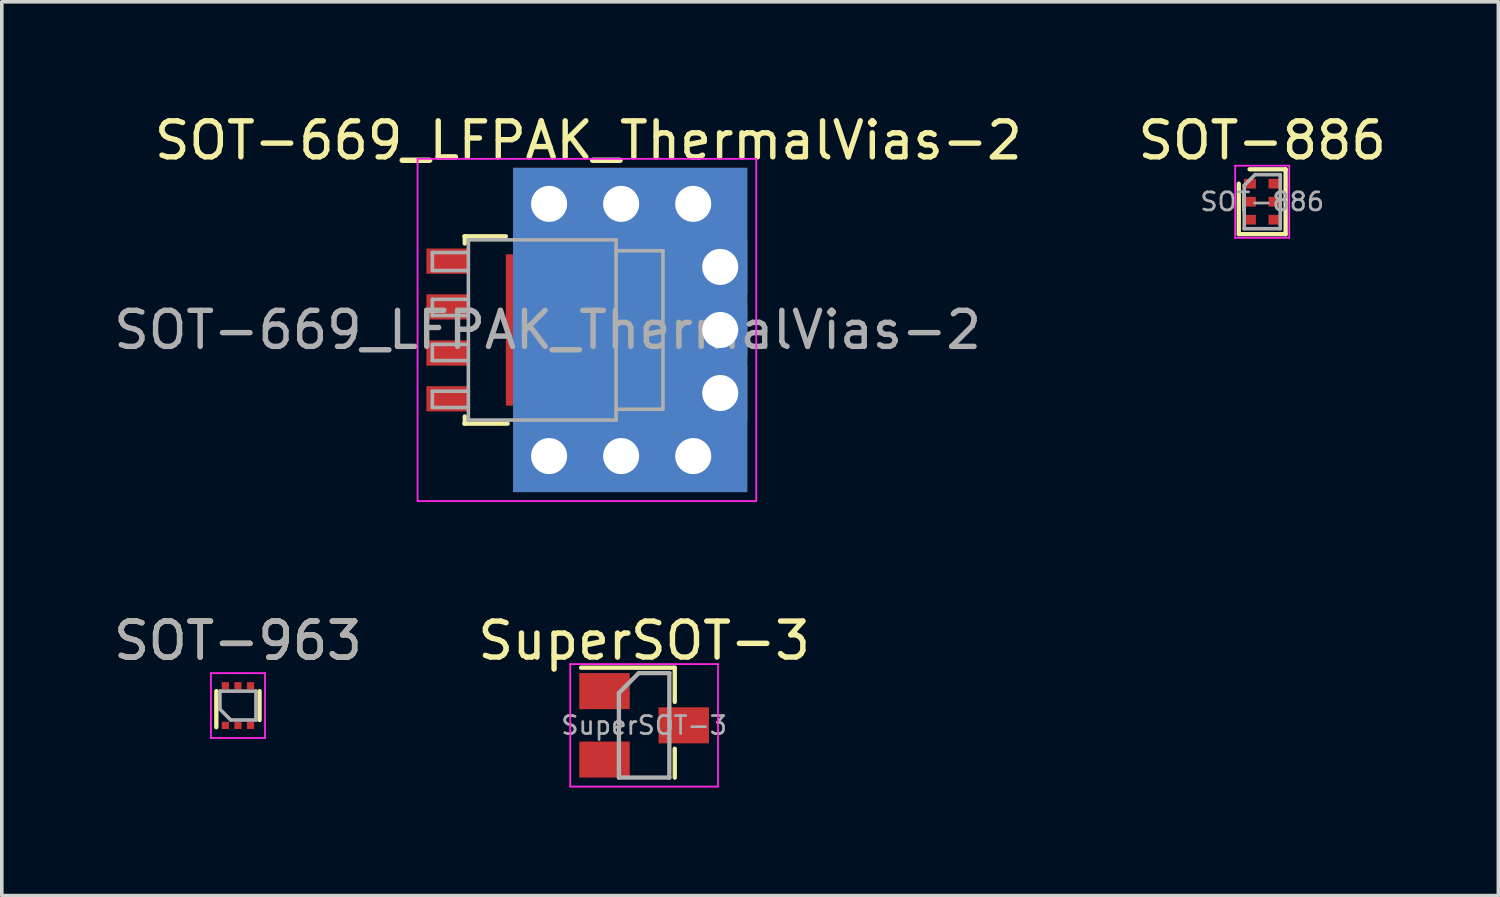
<source format=kicad_pcb>
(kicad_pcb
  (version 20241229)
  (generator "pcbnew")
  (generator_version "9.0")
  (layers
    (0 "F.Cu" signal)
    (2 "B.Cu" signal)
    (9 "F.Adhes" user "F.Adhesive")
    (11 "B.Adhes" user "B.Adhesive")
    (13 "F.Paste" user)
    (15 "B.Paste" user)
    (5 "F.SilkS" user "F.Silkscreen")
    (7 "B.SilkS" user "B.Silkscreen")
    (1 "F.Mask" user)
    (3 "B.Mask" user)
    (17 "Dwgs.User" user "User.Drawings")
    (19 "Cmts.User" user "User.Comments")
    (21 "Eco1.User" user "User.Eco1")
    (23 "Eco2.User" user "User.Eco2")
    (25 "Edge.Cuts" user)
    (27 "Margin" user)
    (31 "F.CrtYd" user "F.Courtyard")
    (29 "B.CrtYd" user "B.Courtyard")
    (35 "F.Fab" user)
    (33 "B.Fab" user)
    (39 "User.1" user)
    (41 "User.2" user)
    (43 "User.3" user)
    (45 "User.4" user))
  (footprint "SOT-669_LFPAK_ThermalVias-2"
    (layer "F.Cu")
    (at 12.194 6.108)
    (property "Reference" "SOT-669_LFPAK_ThermalVias-2" (at 1.085 -5.26 0) (layer "F.SilkS") (effects (font (size 1 1) (thickness 0.15))))
    (attr smd)
    (fp_line (start -2.355 -2.6) (end -1.205 -2.6) (stroke (width 0.12) (type solid)) (layer "F.SilkS"))
    (fp_line (start -2.355 2.6) (end -1.155 2.6) (stroke (width 0.12) (type solid)) (layer "F.SilkS"))
    (fp_line (start -2.345 -2.6) (end -2.345 -2.4) (stroke (width 0.12) (type solid)) (layer "F.SilkS"))
    (fp_line (start -2.345 2.4) (end -2.345 2.6) (stroke (width 0.12) (type solid)) (layer "F.SilkS"))
    (fp_line (start -3.655 4.75) (end -3.655 -4.75) (stroke (width 0.05) (type solid)) (layer "F.CrtYd"))
    (fp_line (start -3.655 4.75) (end 5.745 4.75) (stroke (width 0.05) (type solid)) (layer "F.CrtYd"))
    (fp_line (start 5.745 -4.75) (end -3.655 -4.75) (stroke (width 0.05) (type solid)) (layer "F.CrtYd"))
    (fp_line (start 5.745 -4.75) (end 5.745 4.75) (stroke (width 0.05) (type solid)) (layer "F.CrtYd"))
    (fp_line (start -3.245 -2.15) (end -3.245 -1.65) (stroke (width 0.1) (type solid)) (layer "F.Fab"))
    (fp_line (start -3.245 -2.15) (end -2.245 -2.15) (stroke (width 0.1) (type solid)) (layer "F.Fab"))
    (fp_line (start -3.245 -1.65) (end -2.245 -1.65) (stroke (width 0.1) (type solid)) (layer "F.Fab"))
    (fp_line (start -3.245 -0.85) (end -3.245 -0.4) (stroke (width 0.1) (type solid)) (layer "F.Fab"))
    (fp_line (start -3.245 -0.4) (end -2.245 -0.4) (stroke (width 0.1) (type solid)) (layer "F.Fab"))
    (fp_line (start -3.245 0.4) (end -3.245 0.85) (stroke (width 0.1) (type solid)) (layer "F.Fab"))
    (fp_line (start -3.245 0.85) (end -2.245 0.85) (stroke (width 0.1) (type solid)) (layer "F.Fab"))
    (fp_line (start -3.245 1.7) (end -3.245 2.15) (stroke (width 0.1) (type solid)) (layer "F.Fab"))
    (fp_line (start -3.245 2.15) (end -2.245 2.15) (stroke (width 0.1) (type solid)) (layer "F.Fab"))
    (fp_line (start -2.245 -2.5) (end -2.245 2.5) (stroke (width 0.1) (type solid)) (layer "F.Fab"))
    (fp_line (start -2.245 -0.85) (end -3.245 -0.85) (stroke (width 0.1) (type solid)) (layer "F.Fab"))
    (fp_line (start -2.245 0.4) (end -3.245 0.4) (stroke (width 0.1) (type solid)) (layer "F.Fab"))
    (fp_line (start -2.245 1.7) (end -3.245 1.7) (stroke (width 0.1) (type solid)) (layer "F.Fab"))
    (fp_line (start -2.245 2.5) (end 1.855 2.5) (stroke (width 0.1) (type solid)) (layer "F.Fab"))
    (fp_line (start 1.855 -2.5) (end -2.245 -2.5) (stroke (width 0.1) (type solid)) (layer "F.Fab"))
    (fp_line (start 1.855 2.5) (end 1.855 -2.5) (stroke (width 0.1) (type solid)) (layer "F.Fab"))
    (fp_line (start 3.155 -2.2) (end 1.855 -2.2) (stroke (width 0.1) (type solid)) (layer "F.Fab"))
    (fp_line (start 3.155 -2.2) (end 3.155 2.2) (stroke (width 0.1) (type solid)) (layer "F.Fab"))
    (fp_line (start 3.155 2.2) (end 1.855 2.2) (stroke (width 0.1) (type solid)) (layer "F.Fab"))
    (fp_text user "${REFERENCE}" (at -0.045 0 0) (layer "F.Fab") (effects (font (size 1 1) (thickness 0.15))))
    (pad "1" smd rect (at -2.835 -1.91 270) (size 0.7 1.15) (layers "F.Cu" "F.Mask" "F.Paste"))
    (pad "2" smd rect (at -2.835 -0.64 270) (size 0.7 1.15) (layers "F.Cu" "F.Mask" "F.Paste"))
    (pad "3" smd rect (at -2.835 0.64 270) (size 0.7 1.15) (layers "F.Cu" "F.Mask" "F.Paste"))
    (pad "4" smd rect (at -2.835 1.91 270) (size 0.7 1.15) (layers "F.Cu" "F.Mask" "F.Paste"))
    (pad "5" smd rect (at -0.655 -1.15) (size 0.6 0.9) (layers "F.Cu" "F.Mask" "F.Paste"))
    (pad "5" smd rect (at -0.655 0) (size 0.6 0.9) (layers "F.Cu" "F.Mask" "F.Paste"))
    (pad "5" smd rect (at -0.655 1.15) (size 0.6 0.9) (layers "F.Cu" "F.Mask" "F.Paste"))
    (pad "5" thru_hole rect (at -0.005 -3.5 270) (size 1.5 1.5) (drill 1) (layers "*.Cu" "*.Mask"))
    (pad "5" thru_hole rect (at -0.005 3.5 270) (size 1.5 1.5) (drill 1) (layers "*.Cu" "*.Mask"))
    (pad "5" smd rect (at 0.195 -1.15) (size 0.6 0.9) (layers "F.Cu" "F.Mask" "F.Paste"))
    (pad "5" smd rect (at 0.195 0) (size 0.6 0.9) (layers "F.Cu" "F.Mask" "F.Paste"))
    (pad "5" smd rect (at 0.195 1.15) (size 0.6 0.9) (layers "F.Cu" "F.Mask" "F.Paste"))
    (pad "5" smd rect (at 0.445 0 270) (size 4.2 3.3) (layers "F.Cu" "F.Mask" "F.Paste"))
    (pad "5" smd rect (at 1.045 -1.15) (size 0.6 0.9) (layers "F.Cu" "F.Mask" "F.Paste"))
    (pad "5" smd rect (at 1.045 0) (size 0.6 0.9) (layers "F.Cu" "F.Mask" "F.Paste"))
    (pad "5" smd rect (at 1.045 1.15) (size 0.6 0.9) (layers "F.Cu" "F.Mask" "F.Paste"))
    (pad "5" thru_hole rect (at 1.995 -3.5 270) (size 1.5 1.5) (drill 1) (layers "*.Cu" "*.Mask"))
    (pad "5" thru_hole rect (at 1.995 3.5 270) (size 1.5 1.5) (drill 1) (layers "*.Cu" "*.Mask"))
    (pad "5" smd rect (at 2.245 0 270) (size 9 6.5) (layers "F.Cu" "F.Mask" "F.Paste"))
    (pad "5" smd rect (at 2.245 0 270) (size 9 6.5) (layers "B.Cu" "B.Mask" "B.Paste"))
    (pad "5" smd rect (at 2.645 0 270) (size 4.7 1.55) (layers "F.Cu" "F.Mask" "F.Paste"))
    (pad "5" smd rect (at 2.895 -1.88 270) (size 0.6 0.9) (layers "F.Cu" "F.Mask" "F.Paste"))
    (pad "5" smd rect (at 2.895 -0.6 270) (size 0.6 0.9) (layers "F.Cu" "F.Mask" "F.Paste"))
    (pad "5" smd rect (at 2.895 0.6 270) (size 0.6 0.9) (layers "F.Cu" "F.Mask" "F.Paste"))
    (pad "5" smd rect (at 2.895 1.88 270) (size 0.6 0.9) (layers "F.Cu" "F.Mask" "F.Paste"))
    (pad "5" thru_hole rect (at 3.995 -3.5 270) (size 1.5 1.5) (drill 1) (layers "*.Cu" "*.Mask"))
    (pad "5" thru_hole rect (at 3.995 3.5 270) (size 1.5 1.5) (drill 1) (layers "*.Cu" "*.Mask"))
    (pad "5" thru_hole rect (at 4.745 -1.75 270) (size 1.5 1.5) (drill 1) (layers "*.Cu" "*.Mask"))
    (pad "5" thru_hole rect (at 4.745 0 270) (size 1.5 1.5) (drill 1) (layers "*.Cu" "*.Mask"))
    (pad "5" thru_hole rect (at 4.745 1.75 270) (size 1.5 1.5) (drill 1) (layers "*.Cu" "*.Mask")))
  (footprint "SOT-963"
    (layer "F.Cu")
    (at 3.554 16.532)
    (property "Reference" "SOT-963" (at 0 -1.8 0) (layer "F.SilkS") (effects (font (size 1 1) (thickness 0.15))))
    (attr smd)
    (fp_line (start -0.6 -0.4) (end -0.6 0.6) (stroke (width 0.12) (type solid)) (layer "F.SilkS"))
    (fp_line (start 0.6 -0.4) (end 0.6 0.4) (stroke (width 0.12) (type solid)) (layer "F.SilkS"))
    (fp_line (start -0.75 -0.9) (end 0.75 -0.9) (stroke (width 0.05) (type solid)) (layer "F.CrtYd"))
    (fp_line (start -0.75 0.9) (end -0.75 -0.9) (stroke (width 0.05) (type solid)) (layer "F.CrtYd"))
    (fp_line (start 0.75 -0.9) (end 0.75 0.9) (stroke (width 0.05) (type solid)) (layer "F.CrtYd"))
    (fp_line (start 0.75 0.9) (end -0.75 0.9) (stroke (width 0.05) (type solid)) (layer "F.CrtYd"))
    (fp_line (start -0.5 -0.4) (end 0.5 -0.4) (stroke (width 0.1) (type solid)) (layer "F.Fab"))
    (fp_line (start -0.5 0.1) (end -0.5 -0.4) (stroke (width 0.1) (type solid)) (layer "F.Fab"))
    (fp_line (start -0.2 0.4) (end -0.5 0.1) (stroke (width 0.1) (type solid)) (layer "F.Fab"))
    (fp_line (start 0.5 -0.4) (end 0.5 0.4) (stroke (width 0.1) (type solid)) (layer "F.Fab"))
    (fp_line (start 0.5 0.4) (end -0.2 0.4) (stroke (width 0.1) (type solid)) (layer "F.Fab"))
    (fp_text user "${REFERENCE}" (at 0 -1.8 0) (layer "F.Fab") (effects (font (size 1 1) (thickness 0.15))))
    (pad "1" smd rect (at -0.35 0.55) (size 0.2 0.2) (layers "F.Cu" "F.Mask" "F.Paste"))
    (pad "2" smd rect (at 0 0.55) (size 0.2 0.2) (layers "F.Cu" "F.Mask" "F.Paste"))
    (pad "3" smd rect (at 0.35 0.55) (size 0.2 0.2) (layers "F.Cu" "F.Mask" "F.Paste"))
    (pad "4" smd rect (at 0.35 -0.55) (size 0.2 0.2) (layers "F.Cu" "F.Mask" "F.Paste"))
    (pad "5" smd rect (at 0 -0.55) (size 0.2 0.2) (layers "F.Cu" "F.Mask" "F.Paste"))
    (pad "6" smd rect (at -0.35 -0.55) (size 0.2 0.2) (layers "F.Cu" "F.Mask" "F.Paste")))
  (footprint "SOT-886"
    (layer "F.Cu")
    (at 31.981 2.548)
    (property "Reference" "SOT-886" (at 0 -1.7 180) (layer "F.SilkS") (effects (font (size 1 1) (thickness 0.15))))
    (attr smd)
    (fp_line (start -0.65 -0.5) (end -0.65 0.9) (stroke (width 0.12) (type solid)) (layer "F.SilkS"))
    (fp_line (start -0.65 0.9) (end 0.65 0.9) (stroke (width 0.12) (type solid)) (layer "F.SilkS"))
    (fp_line (start 0.65 -0.9) (end -0.35 -0.9) (stroke (width 0.12) (type solid)) (layer "F.SilkS"))
    (fp_line (start 0.65 0.9) (end 0.65 -0.9) (stroke (width 0.12) (type solid)) (layer "F.SilkS"))
    (fp_line (start -0.75 -1) (end -0.75 1) (stroke (width 0.05) (type solid)) (layer "F.CrtYd"))
    (fp_line (start -0.75 -1) (end 0.75 -1) (stroke (width 0.05) (type solid)) (layer "F.CrtYd"))
    (fp_line (start 0.75 1) (end -0.75 1) (stroke (width 0.05) (type solid)) (layer "F.CrtYd"))
    (fp_line (start 0.75 1) (end 0.75 -1) (stroke (width 0.05) (type solid)) (layer "F.CrtYd"))
    (fp_line (start -0.5 -0.45) (end -0.5 0.75) (stroke (width 0.1) (type solid)) (layer "F.Fab"))
    (fp_line (start -0.5 0.75) (end 0.5 0.75) (stroke (width 0.1) (type solid)) (layer "F.Fab"))
    (fp_line (start -0.2 -0.75) (end -0.5 -0.45) (stroke (width 0.1) (type solid)) (layer "F.Fab"))
    (fp_line (start 0.5 -0.75) (end -0.2 -0.75) (stroke (width 0.1) (type solid)) (layer "F.Fab"))
    (fp_line (start 0.5 0.75) (end 0.5 -0.75) (stroke (width 0.1) (type solid)) (layer "F.Fab"))
    (fp_text user "${REFERENCE}" (at 0 0 0) (layer "F.Fab") (effects (font (size 0.5 0.5) (thickness 0.075))))
    (pad "1" smd rect (at -0.34 -0.5) (size 0.33 0.27) (layers "F.Cu" "F.Mask" "F.Paste"))
    (pad "2" smd rect (at -0.34 0) (size 0.33 0.27) (layers "F.Cu" "F.Mask" "F.Paste"))
    (pad "3" smd rect (at -0.34 0.5) (size 0.33 0.27) (layers "F.Cu" "F.Mask" "F.Paste"))
    (pad "4" smd rect (at 0.34 0.5) (size 0.33 0.27) (layers "F.Cu" "F.Mask" "F.Paste"))
    (pad "5" smd rect (at 0.34 0) (size 0.33 0.27) (layers "F.Cu" "F.Mask" "F.Paste"))
    (pad "6" smd rect (at 0.34 -0.5) (size 0.33 0.27) (layers "F.Cu" "F.Mask" "F.Paste")))
  (footprint "SuperSOT-3"
    (layer "F.Cu")
    (at 14.827 17.081)
    (property "Reference" "SuperSOT-3" (at 0 -2.35 0) (layer "F.SilkS") (effects (font (size 1 1) (thickness 0.15))))
    (attr smd)
    (fp_line (start -1.75 -1.6) (end 0.85 -1.6) (stroke (width 0.12) (type solid)) (layer "F.SilkS"))
    (fp_line (start 0.85 -1.6) (end 0.85 -0.65) (stroke (width 0.12) (type solid)) (layer "F.SilkS"))
    (fp_line (start 0.85 0.65) (end 0.85 1.45) (stroke (width 0.12) (type solid)) (layer "F.SilkS"))
    (fp_line (start -2.05 -1.7) (end -2.05 1.7) (stroke (width 0.05) (type solid)) (layer "F.CrtYd"))
    (fp_line (start -2.05 -1.7) (end 2.05 -1.7) (stroke (width 0.05) (type solid)) (layer "F.CrtYd"))
    (fp_line (start 2.05 1.7) (end -2.05 1.7) (stroke (width 0.05) (type solid)) (layer "F.CrtYd"))
    (fp_line (start 2.05 1.7) (end 2.05 -1.7) (stroke (width 0.05) (type solid)) (layer "F.CrtYd"))
    (fp_line (start -0.7 -0.9) (end -0.15 -1.45) (stroke (width 0.12) (type solid)) (layer "F.Fab"))
    (fp_line (start -0.7 1.45) (end -0.7 -0.9) (stroke (width 0.12) (type solid)) (layer "F.Fab"))
    (fp_line (start -0.15 -1.45) (end 0.7 -1.45) (stroke (width 0.12) (type solid)) (layer "F.Fab"))
    (fp_line (start 0.7 -1.45) (end 0.7 1.45) (stroke (width 0.12) (type solid)) (layer "F.Fab"))
    (fp_line (start 0.7 1.45) (end -0.7 1.45) (stroke (width 0.12) (type solid)) (layer "F.Fab"))
    (fp_text user "${REFERENCE}" (at 0 0 0) (layer "F.Fab") (effects (font (size 0.5 0.5) (thickness 0.075))))
    (pad "1" smd rect (at -1.1 -0.95) (size 1.4 1) (layers "F.Cu" "F.Mask" "F.Paste"))
    (pad "2" smd rect (at -1.1 0.95) (size 1.4 1) (layers "F.Cu" "F.Mask" "F.Paste"))
    (pad "3" smd rect (at 1.1 0) (size 1.4 1) (layers "F.Cu" "F.Mask" "F.Paste")))
  (gr_rect
    (start -3 -3)
    (end 38.535 21.806)
    (stroke (width 0.1) (type default))
    (fill no)
    (layer "Edge.Cuts")))
</source>
